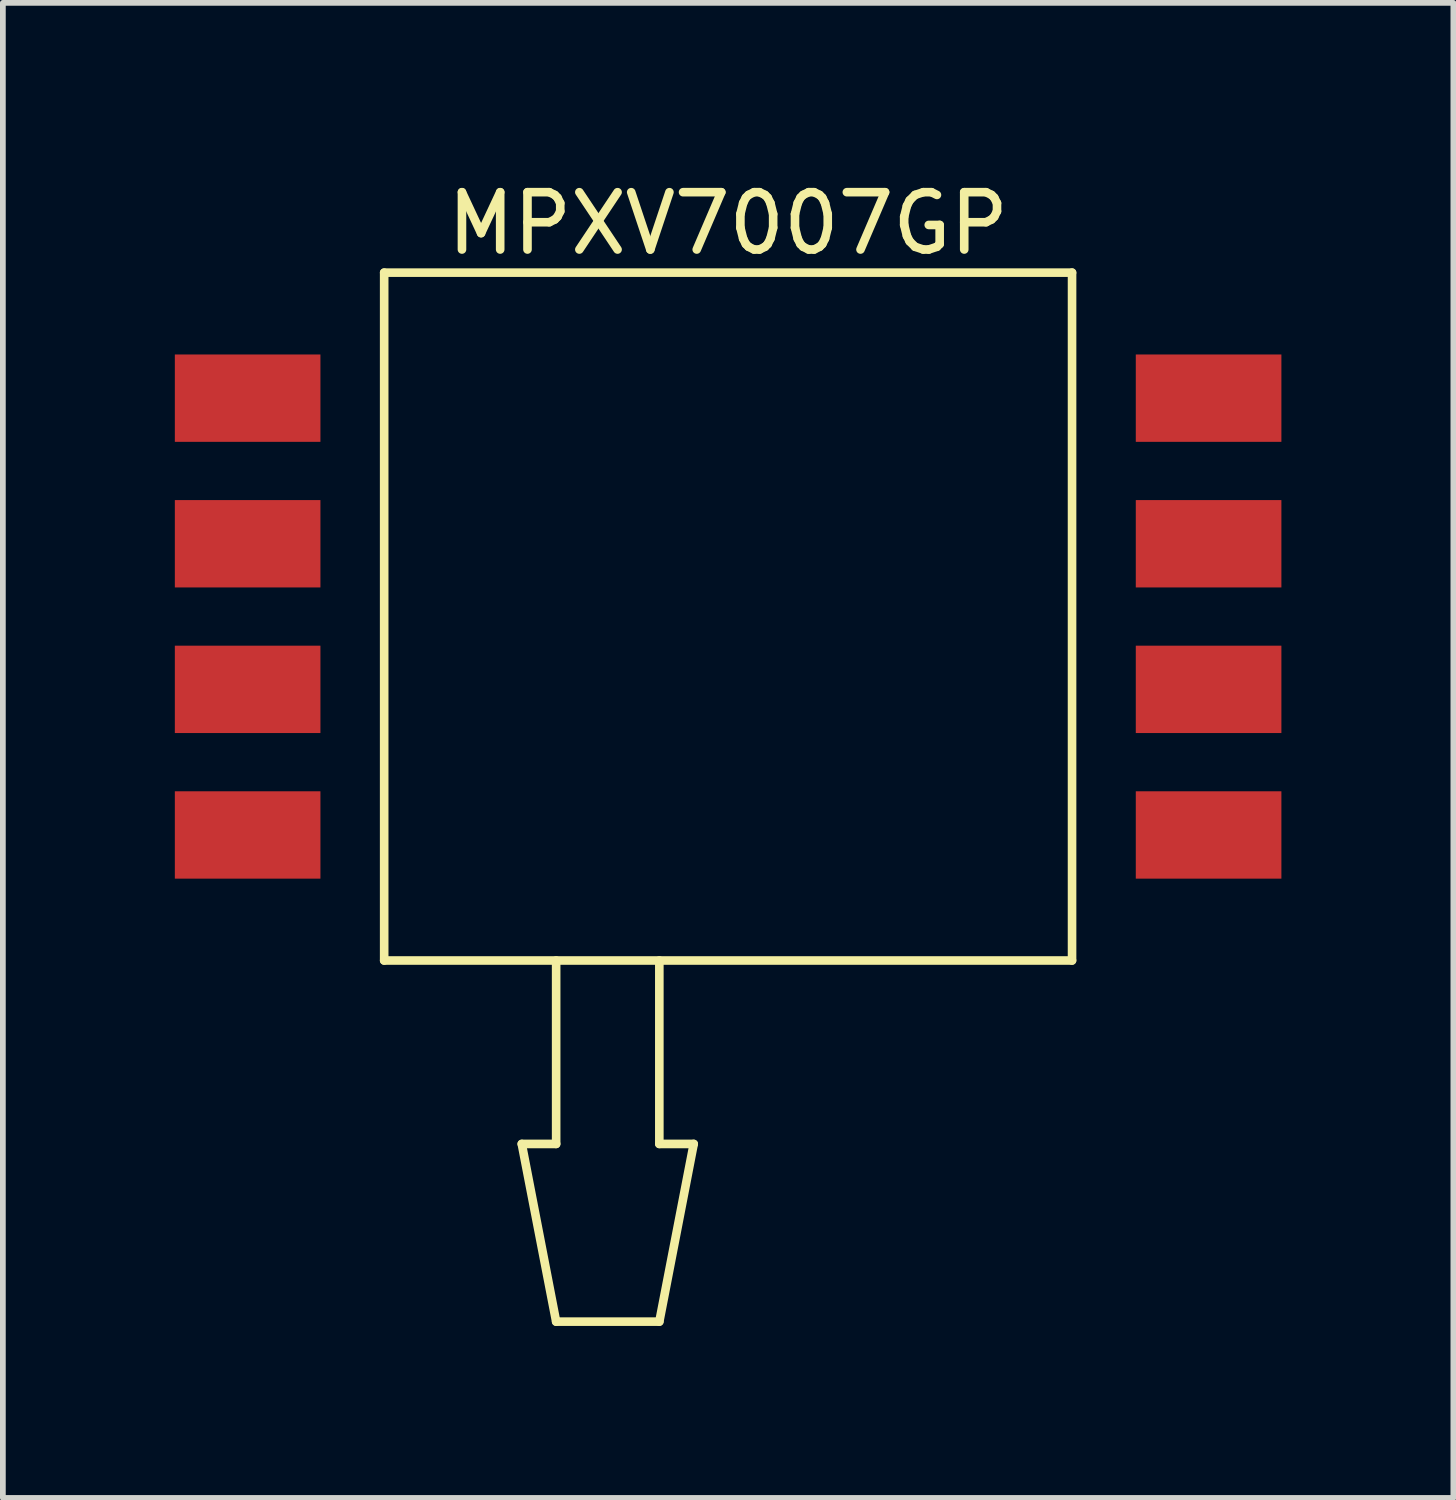
<source format=kicad_pcb>
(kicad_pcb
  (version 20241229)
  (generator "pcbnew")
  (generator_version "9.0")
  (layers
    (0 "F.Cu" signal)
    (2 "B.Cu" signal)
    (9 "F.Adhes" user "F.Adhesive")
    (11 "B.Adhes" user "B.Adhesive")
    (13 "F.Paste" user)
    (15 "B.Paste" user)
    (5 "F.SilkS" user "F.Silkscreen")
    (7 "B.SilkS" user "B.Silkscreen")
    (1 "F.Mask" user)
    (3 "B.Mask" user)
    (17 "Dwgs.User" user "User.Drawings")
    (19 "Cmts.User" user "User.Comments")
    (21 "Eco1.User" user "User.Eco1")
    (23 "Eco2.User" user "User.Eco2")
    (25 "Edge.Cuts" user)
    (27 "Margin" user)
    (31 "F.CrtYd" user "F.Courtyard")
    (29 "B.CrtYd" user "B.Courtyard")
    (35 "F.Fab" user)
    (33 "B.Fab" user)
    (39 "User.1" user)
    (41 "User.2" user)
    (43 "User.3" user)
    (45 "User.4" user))
  (footprint "MPXV7007GP"
    (layer "F.Cu")
    (at 9.652 7.706)
    (property "Reference" "MPXV7007GP" (at 0 -6.858 0) (layer "F.SilkS") (effects (font (size 1 1) (thickness 0.15))))
    (attr smd)
    (fp_line (start -6 -6) (end 6 -6) (stroke (width 0.15) (type solid)) (layer "F.SilkS"))
    (fp_line (start -6 6) (end -6 -6) (stroke (width 0.15) (type solid)) (layer "F.SilkS"))
    (fp_line (start -3.6 9.2) (end -3 9.2) (stroke (width 0.15) (type solid)) (layer "F.SilkS"))
    (fp_line (start -3.6 9.2) (end -3 12.3) (stroke (width 0.15) (type solid)) (layer "F.SilkS"))
    (fp_line (start -3 9.2) (end -3 6) (stroke (width 0.15) (type solid)) (layer "F.SilkS"))
    (fp_line (start -3 12.3) (end -1.2 12.3) (stroke (width 0.15) (type solid)) (layer "F.SilkS"))
    (fp_line (start -1.2 9.2) (end -1.2 6) (stroke (width 0.15) (type solid)) (layer "F.SilkS"))
    (fp_line (start -1.2 9.2) (end -0.6 9.2) (stroke (width 0.15) (type solid)) (layer "F.SilkS"))
    (fp_line (start -1.2 12.3) (end -0.6 9.2) (stroke (width 0.15) (type solid)) (layer "F.SilkS"))
    (fp_line (start 6 -6) (end 6 6) (stroke (width 0.15) (type solid)) (layer "F.SilkS"))
    (fp_line (start 6 6) (end -6 6) (stroke (width 0.15) (type solid)) (layer "F.SilkS"))
    (pad "1" smd rect (at 8.382 3.81) (size 2.54 1.524) (layers "F.Cu" "F.Mask" "F.Paste"))
    (pad "2" smd rect (at 8.382 1.27) (size 2.54 1.524) (layers "F.Cu" "F.Mask" "F.Paste"))
    (pad "3" smd rect (at 8.382 -1.27) (size 2.54 1.524) (layers "F.Cu" "F.Mask" "F.Paste"))
    (pad "4" smd rect (at 8.382 -3.81) (size 2.54 1.524) (layers "F.Cu" "F.Mask" "F.Paste"))
    (pad "5" smd rect (at -8.382 -3.81) (size 2.54 1.524) (layers "F.Cu" "F.Mask" "F.Paste"))
    (pad "6" smd rect (at -8.382 -1.27) (size 2.54 1.524) (layers "F.Cu" "F.Mask" "F.Paste"))
    (pad "7" smd rect (at -8.382 1.27) (size 2.54 1.524) (layers "F.Cu" "F.Mask" "F.Paste"))
    (pad "8" smd rect (at -8.382 3.81) (size 2.54 1.524) (layers "F.Cu" "F.Mask" "F.Paste")))
  (gr_rect
    (start -3 -3)
    (end 22.304 23.081)
    (stroke (width 0.1) (type default))
    (fill no)
    (layer "Edge.Cuts")))
</source>
